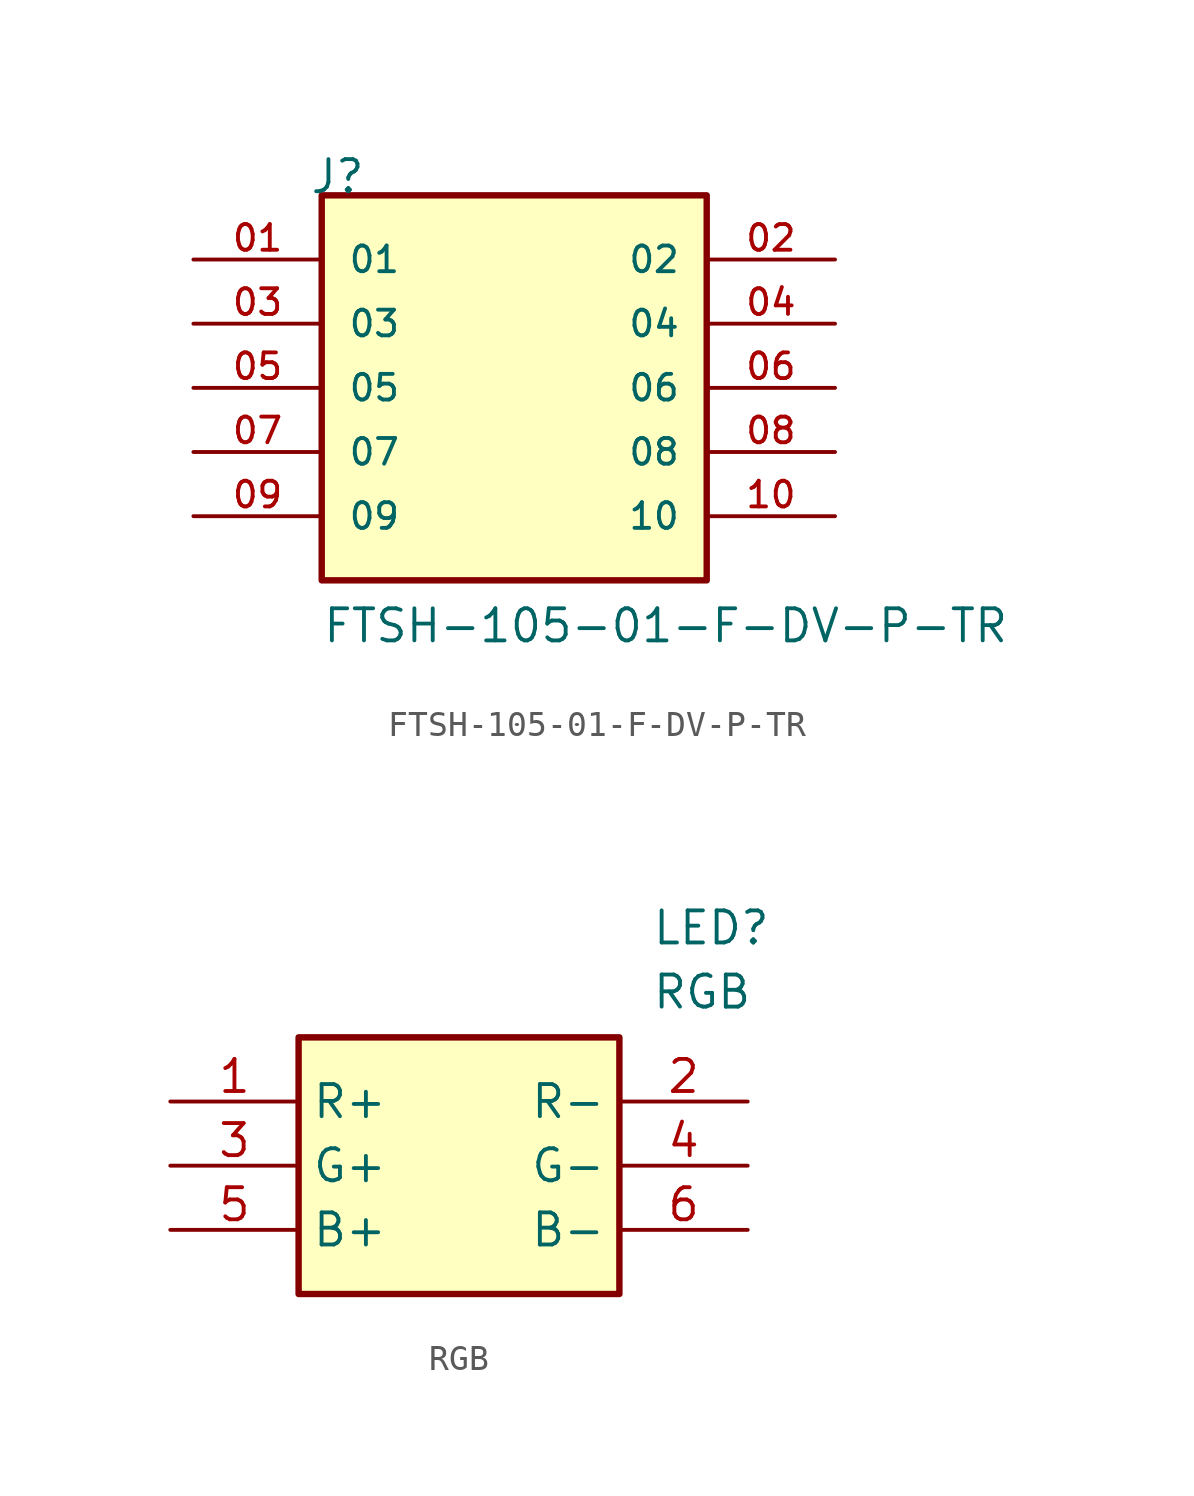
<source format=kicad_sym>
(kicad_symbol_lib
  (version 20231120)
  (generator "kicad_symbol_editor")
  (generator_version "8.0")
  (symbol "FTSH-105-01-F-DV-P-TR"
    (pin_names
      (offset 1.016))
    (property "Reference" "J"
      (at -8.12 7.62 0)
      (effects (font (size 1.27 1.27)) (justify left bottom)))
    (property "Value" "FTSH-105-01-F-DV-P-TR"
      (at -7.62 -10.16 0)
      (effects (font (size 1.27 1.27)) (justify left bottom)))
    (symbol "FTSH-105-01-F-DV-P-TR_0_0"
      (rectangle (start -7.62 -7.62) (end 7.62 7.62) (stroke (width 0.254) (type default)) (fill (type background)))
      (pin passive line (at -12.7 5.08 0) (length 5.08) (name "01" (effects (font (size 1.016 1.016)))) (number "01" (effects (font (size 1.016 1.016)))))
      (pin passive line (at 12.7 5.08 180) (length 5.08) (name "02" (effects (font (size 1.016 1.016)))) (number "02" (effects (font (size 1.016 1.016)))))
      (pin passive line (at -12.7 2.54 0) (length 5.08) (name "03" (effects (font (size 1.016 1.016)))) (number "03" (effects (font (size 1.016 1.016)))))
      (pin passive line (at 12.7 2.54 180) (length 5.08) (name "04" (effects (font (size 1.016 1.016)))) (number "04" (effects (font (size 1.016 1.016)))))
      (pin passive line (at -12.7 0 0) (length 5.08) (name "05" (effects (font (size 1.016 1.016)))) (number "05" (effects (font (size 1.016 1.016)))))
      (pin passive line (at 12.7 0 180) (length 5.08) (name "06" (effects (font (size 1.016 1.016)))) (number "06" (effects (font (size 1.016 1.016)))))
      (pin passive line (at -12.7 -2.54 0) (length 5.08) (name "07" (effects (font (size 1.016 1.016)))) (number "07" (effects (font (size 1.016 1.016)))))
      (pin passive line (at 12.7 -2.54 180) (length 5.08) (name "08" (effects (font (size 1.016 1.016)))) (number "08" (effects (font (size 1.016 1.016)))))
      (pin passive line (at -12.7 -5.08 0) (length 5.08) (name "09" (effects (font (size 1.016 1.016)))) (number "09" (effects (font (size 1.016 1.016)))))
      (pin passive line (at 12.7 -5.08 180) (length 5.08) (name "10" (effects (font (size 1.016 1.016)))) (number "10" (effects (font (size 1.016 1.016)))))))
  (symbol "RGB"
    (property "Reference" "LED"
      (at 19.05 7.62 0)
      (effects (font (size 1.27 1.27)) (justify left top)))
    (property "Value" "RGB"
      (at 19.05 5.08 0)
      (effects (font (size 1.27 1.27)) (justify left top)))
    (symbol "RGB_1_1"
      (rectangle (start 5.08 2.54) (end 17.78 -7.62) (stroke (width 0.254) (type default)) (fill (type background)))
      (pin passive line (at 0 0 0) (length 5.08) (name "R+" (effects (font (size 1.27 1.27)))) (number "1" (effects (font (size 1.27 1.27)))))
      (pin passive line (at 22.86 0 180) (length 5.08) (name "R-" (effects (font (size 1.27 1.27)))) (number "2" (effects (font (size 1.27 1.27)))))
      (pin passive line (at 0 -2.54 0) (length 5.08) (name "G+" (effects (font (size 1.27 1.27)))) (number "3" (effects (font (size 1.27 1.27)))))
      (pin passive line (at 22.86 -2.54 180) (length 5.08) (name "G-" (effects (font (size 1.27 1.27)))) (number "4" (effects (font (size 1.27 1.27)))))
      (pin passive line (at 0 -5.08 0) (length 5.08) (name "B+" (effects (font (size 1.27 1.27)))) (number "5" (effects (font (size 1.27 1.27)))))
      (pin passive line (at 22.86 -5.08 180) (length 5.08) (name "B-" (effects (font (size 1.27 1.27)))) (number "6" (effects (font (size 1.27 1.27))))))))
</source>
